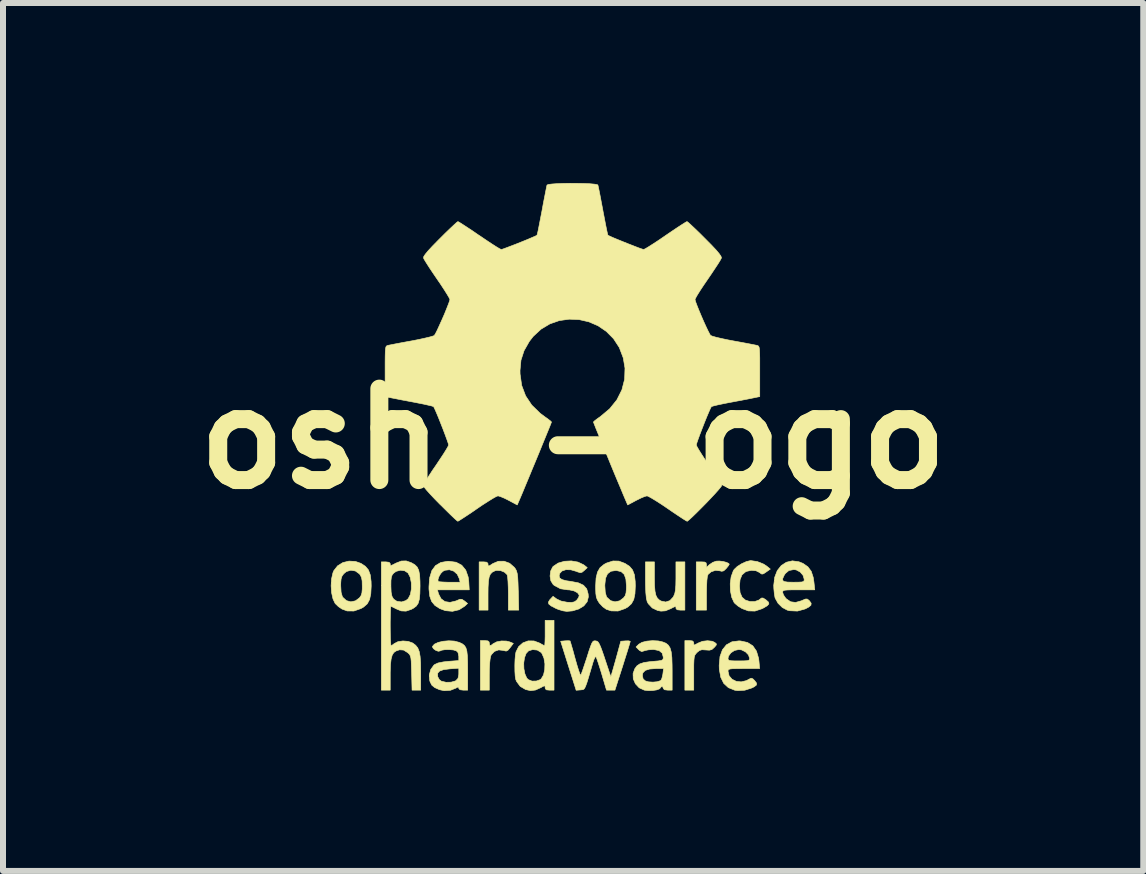
<source format=kicad_pcb>
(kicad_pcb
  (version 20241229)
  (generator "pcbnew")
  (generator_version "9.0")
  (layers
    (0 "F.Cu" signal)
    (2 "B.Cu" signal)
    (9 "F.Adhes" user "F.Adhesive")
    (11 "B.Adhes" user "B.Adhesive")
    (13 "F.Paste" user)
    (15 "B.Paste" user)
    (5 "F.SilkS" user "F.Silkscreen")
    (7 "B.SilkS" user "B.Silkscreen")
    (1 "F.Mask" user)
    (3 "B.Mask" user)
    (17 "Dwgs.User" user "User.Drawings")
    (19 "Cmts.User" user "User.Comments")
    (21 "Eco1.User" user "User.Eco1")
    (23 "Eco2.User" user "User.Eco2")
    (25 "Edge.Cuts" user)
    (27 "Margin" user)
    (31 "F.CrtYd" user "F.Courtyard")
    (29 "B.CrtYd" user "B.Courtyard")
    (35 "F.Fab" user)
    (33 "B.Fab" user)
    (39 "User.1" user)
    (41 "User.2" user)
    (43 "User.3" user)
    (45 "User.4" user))
  (footprint "oshw-logo"
    (layer "F.Cu")
    (at 6.502 4.262)
    (property "Reference" "oshw-logo" (at 0 0 0) (layer "F.SilkS") (effects (font (size 1.524 1.524) (thickness 0.3))))
    (attr through_hole)
    (fp_poly (pts (xy -1.42 3.37) (xy -1.399 3.389) (xy -1.397 3.408) (xy -1.39 3.444) (xy -1.367 3.444) (xy -1.332 3.417) (xy -1.274 3.386) (xy -1.194 3.371) (xy -1.111 3.373) (xy -1.059 3.386) (xy -0.996 3.412) (xy -1.049 3.482) (xy -1.086 3.526) (xy -1.116 3.54) (xy -1.154 3.532) (xy -1.162 3.529) (xy -1.24 3.52) (xy -1.311 3.545) (xy -1.363 3.6) (xy -1.374 3.625) (xy -1.383 3.671) (xy -1.391 3.749) (xy -1.396 3.847) (xy -1.397 3.94) (xy -1.397 4.191) (xy -1.545 4.191) (xy -1.545 3.365) (xy -1.471 3.365) (xy -1.42 3.37)) (stroke (width 0.01) (type solid)) (fill yes) (layer "F.SilkS"))
    (fp_poly (pts (xy 2.498 2.046) (xy 2.555 2.061) (xy 2.594 2.079) (xy 2.603 2.092) (xy 2.59 2.116) (xy 2.558 2.156) (xy 2.551 2.164) (xy 2.511 2.202) (xy 2.477 2.21) (xy 2.446 2.202) (xy 2.373 2.194) (xy 2.3 2.219) (xy 2.251 2.26) (xy 2.238 2.295) (xy 2.23 2.363) (xy 2.225 2.466) (xy 2.223 2.577) (xy 2.223 2.857) (xy 2.053 2.857) (xy 2.053 2.053) (xy 2.138 2.053) (xy 2.193 2.056) (xy 2.217 2.07) (xy 2.223 2.099) (xy 2.223 2.145) (xy 2.271 2.1) (xy 2.329 2.061) (xy 2.386 2.041) (xy 2.437 2.039) (xy 2.498 2.046)) (stroke (width 0.01) (type solid)) (fill yes) (layer "F.SilkS"))
    (fp_poly (pts (xy 1.988 3.37) (xy 2.008 3.389) (xy 2.011 3.408) (xy 2.013 3.434) (xy 2.025 3.438) (xy 2.059 3.42) (xy 2.08 3.408) (xy 2.156 3.377) (xy 2.241 3.367) (xy 2.32 3.376) (xy 2.361 3.396) (xy 2.387 3.418) (xy 2.387 3.438) (xy 2.36 3.471) (xy 2.352 3.479) (xy 2.313 3.514) (xy 2.271 3.525) (xy 2.211 3.521) (xy 2.148 3.517) (xy 2.105 3.53) (xy 2.065 3.563) (xy 2.044 3.587) (xy 2.028 3.611) (xy 2.019 3.644) (xy 2.014 3.694) (xy 2.011 3.769) (xy 2.011 3.877) (xy 2.011 3.904) (xy 2.011 4.191) (xy 1.863 4.191) (xy 1.863 3.365) (xy 1.937 3.365) (xy 1.988 3.37)) (stroke (width 0.01) (type solid)) (fill yes) (layer "F.SilkS"))
    (fp_poly (pts (xy -1.058 2.076) (xy -0.979 2.145) (xy -0.958 2.174) (xy -0.943 2.205) (xy -0.931 2.249) (xy -0.923 2.312) (xy -0.918 2.402) (xy -0.914 2.526) (xy -0.913 2.544) (xy -0.906 2.857) (xy -1.079 2.857) (xy -1.079 2.581) (xy -1.081 2.474) (xy -1.085 2.38) (xy -1.091 2.308) (xy -1.099 2.268) (xy -1.1 2.266) (xy -1.143 2.225) (xy -1.207 2.199) (xy -1.275 2.195) (xy -1.3 2.201) (xy -1.345 2.223) (xy -1.378 2.256) (xy -1.399 2.305) (xy -1.411 2.377) (xy -1.417 2.48) (xy -1.418 2.587) (xy -1.418 2.857) (xy -1.566 2.857) (xy -1.566 2.053) (xy -1.492 2.053) (xy -1.441 2.058) (xy -1.42 2.077) (xy -1.418 2.095) (xy -1.416 2.118) (xy -1.401 2.121) (xy -1.367 2.101) (xy -1.339 2.082) (xy -1.247 2.043) (xy -1.15 2.042) (xy -1.058 2.076)) (stroke (width 0.01) (type solid)) (fill yes) (layer "F.SilkS"))
    (fp_poly (pts (xy 1.355 2.312) (xy 1.357 2.445) (xy 1.365 2.542) (xy 1.38 2.61) (xy 1.404 2.657) (xy 1.439 2.69) (xy 1.467 2.706) (xy 1.544 2.722) (xy 1.613 2.699) (xy 1.669 2.639) (xy 1.677 2.623) (xy 1.695 2.579) (xy 1.706 2.522) (xy 1.712 2.442) (xy 1.714 2.331) (xy 1.714 2.302) (xy 1.714 2.053) (xy 1.863 2.053) (xy 1.863 2.857) (xy 1.789 2.857) (xy 1.734 2.851) (xy 1.715 2.829) (xy 1.714 2.826) (xy 1.714 2.804) (xy 1.704 2.797) (xy 1.677 2.807) (xy 1.622 2.835) (xy 1.619 2.836) (xy 1.538 2.869) (xy 1.464 2.874) (xy 1.408 2.863) (xy 1.32 2.821) (xy 1.253 2.75) (xy 1.235 2.716) (xy 1.221 2.659) (xy 1.212 2.566) (xy 1.207 2.434) (xy 1.206 2.35) (xy 1.206 2.053) (xy 1.355 2.053) (xy 1.355 2.312)) (stroke (width 0.01) (type solid)) (fill yes) (layer "F.SilkS"))
    (fp_poly (pts (xy 3.071 2.048) (xy 3.176 2.09) (xy 3.226 2.123) (xy 3.287 2.173) (xy 3.219 2.221) (xy 3.174 2.251) (xy 3.147 2.257) (xy 3.12 2.241) (xy 3.109 2.231) (xy 3.049 2.201) (xy 2.971 2.194) (xy 2.892 2.211) (xy 2.872 2.221) (xy 2.815 2.27) (xy 2.783 2.348) (xy 2.773 2.455) (xy 2.783 2.565) (xy 2.816 2.642) (xy 2.872 2.69) (xy 2.947 2.714) (xy 3.028 2.714) (xy 3.095 2.69) (xy 3.109 2.68) (xy 3.139 2.656) (xy 3.165 2.655) (xy 3.203 2.678) (xy 3.217 2.688) (xy 3.256 2.723) (xy 3.263 2.753) (xy 3.236 2.784) (xy 3.172 2.822) (xy 3.145 2.835) (xy 3.031 2.873) (xy 2.921 2.87) (xy 2.816 2.831) (xy 2.751 2.791) (xy 2.699 2.747) (xy 2.684 2.731) (xy 2.644 2.644) (xy 2.622 2.535) (xy 2.619 2.415) (xy 2.634 2.301) (xy 2.669 2.205) (xy 2.684 2.18) (xy 2.735 2.131) (xy 2.809 2.084) (xy 2.888 2.048) (xy 2.956 2.032) (xy 2.963 2.032) (xy 3.071 2.048)) (stroke (width 0.01) (type solid)) (fill yes) (layer "F.SilkS"))
    (fp_poly (pts (xy -3.627 2.046) (xy -3.536 2.078) (xy -3.462 2.127) (xy -3.411 2.188) (xy -3.381 2.269) (xy -3.367 2.378) (xy -3.365 2.455) (xy -3.372 2.584) (xy -3.392 2.68) (xy -3.43 2.751) (xy -3.491 2.805) (xy -3.536 2.831) (xy -3.653 2.872) (xy -3.766 2.871) (xy -3.852 2.839) (xy -3.912 2.798) (xy -3.962 2.75) (xy -3.966 2.746) (xy -4.002 2.67) (xy -4.025 2.567) (xy -4.033 2.452) (xy -3.873 2.452) (xy -3.867 2.559) (xy -3.847 2.629) (xy -3.839 2.643) (xy -3.778 2.699) (xy -3.704 2.719) (xy -3.627 2.702) (xy -3.561 2.653) (xy -3.535 2.617) (xy -3.52 2.572) (xy -3.514 2.506) (xy -3.514 2.455) (xy -3.516 2.371) (xy -3.526 2.315) (xy -3.546 2.274) (xy -3.562 2.253) (xy -3.628 2.205) (xy -3.704 2.192) (xy -3.778 2.214) (xy -3.823 2.251) (xy -3.852 2.291) (xy -3.867 2.338) (xy -3.873 2.405) (xy -3.873 2.452) (xy -4.033 2.452) (xy -4.033 2.452) (xy -4.026 2.337) (xy -4.003 2.236) (xy -3.987 2.198) (xy -3.925 2.119) (xy -3.838 2.065) (xy -3.735 2.04) (xy -3.627 2.046)) (stroke (width 0.01) (type solid)) (fill yes) (layer "F.SilkS"))
    (fp_poly (pts (xy -1.95 2.059) (xy -1.856 2.109) (xy -1.789 2.191) (xy -1.749 2.305) (xy -1.739 2.381) (xy -1.731 2.519) (xy -2.262 2.519) (xy -2.242 2.588) (xy -2.201 2.667) (xy -2.136 2.715) (xy -2.052 2.728) (xy -1.955 2.705) (xy -1.935 2.697) (xy -1.886 2.676) (xy -1.853 2.677) (xy -1.816 2.701) (xy -1.811 2.704) (xy -1.759 2.746) (xy -1.805 2.79) (xy -1.9 2.851) (xy -2.011 2.877) (xy -2.129 2.866) (xy -2.223 2.831) (xy -2.304 2.778) (xy -2.358 2.712) (xy -2.389 2.625) (xy -2.402 2.508) (xy -2.402 2.466) (xy -2.393 2.346) (xy -2.252 2.346) (xy -2.25 2.378) (xy -2.249 2.379) (xy -2.223 2.385) (xy -2.166 2.389) (xy -2.088 2.392) (xy -2.06 2.392) (xy -1.883 2.392) (xy -1.896 2.334) (xy -1.931 2.259) (xy -1.99 2.207) (xy -2.062 2.184) (xy -2.137 2.193) (xy -2.173 2.212) (xy -2.207 2.248) (xy -2.236 2.298) (xy -2.252 2.346) (xy -2.393 2.346) (xy -2.39 2.315) (xy -2.354 2.198) (xy -2.292 2.114) (xy -2.205 2.063) (xy -2.091 2.043) (xy -2.071 2.043) (xy -1.95 2.059)) (stroke (width 0.01) (type solid)) (fill yes) (layer "F.SilkS"))
    (fp_poly (pts (xy 0.762 2.04) (xy 0.866 2.079) (xy 0.867 2.08) (xy 0.941 2.128) (xy 0.991 2.188) (xy 1.022 2.269) (xy 1.035 2.378) (xy 1.037 2.455) (xy 1.031 2.584) (xy 1.011 2.68) (xy 0.972 2.751) (xy 0.912 2.805) (xy 0.867 2.831) (xy 0.749 2.872) (xy 0.635 2.87) (xy 0.553 2.843) (xy 0.496 2.802) (xy 0.441 2.744) (xy 0.429 2.727) (xy 0.403 2.683) (xy 0.387 2.638) (xy 0.379 2.58) (xy 0.376 2.498) (xy 0.376 2.457) (xy 0.376 2.452) (xy 0.529 2.452) (xy 0.536 2.559) (xy 0.555 2.629) (xy 0.563 2.643) (xy 0.625 2.699) (xy 0.699 2.719) (xy 0.776 2.702) (xy 0.841 2.653) (xy 0.868 2.617) (xy 0.882 2.572) (xy 0.888 2.506) (xy 0.889 2.455) (xy 0.88 2.341) (xy 0.852 2.262) (xy 0.801 2.216) (xy 0.727 2.198) (xy 0.709 2.197) (xy 0.629 2.21) (xy 0.574 2.252) (xy 0.541 2.325) (xy 0.529 2.434) (xy 0.529 2.452) (xy 0.376 2.452) (xy 0.383 2.323) (xy 0.407 2.223) (xy 0.45 2.149) (xy 0.516 2.095) (xy 0.559 2.072) (xy 0.665 2.038) (xy 0.762 2.04)) (stroke (width 0.01) (type solid)) (fill yes) (layer "F.SilkS"))
    (fp_poly (pts (xy -0.318 4.191) (xy -0.392 4.191) (xy -0.443 4.186) (xy -0.463 4.168) (xy -0.466 4.149) (xy -0.468 4.123) (xy -0.482 4.12) (xy -0.518 4.137) (xy -0.534 4.147) (xy -0.627 4.189) (xy -0.709 4.199) (xy -0.791 4.181) (xy -0.881 4.128) (xy -0.942 4.046) (xy -0.956 4.012) (xy -0.965 3.958) (xy -0.97 3.876) (xy -0.971 3.78) (xy -0.97 3.74) (xy -0.823 3.74) (xy -0.82 3.834) (xy -0.803 3.921) (xy -0.772 3.99) (xy -0.746 4.016) (xy -0.686 4.04) (xy -0.613 4.039) (xy -0.548 4.016) (xy -0.531 4.002) (xy -0.493 3.938) (xy -0.473 3.85) (xy -0.47 3.752) (xy -0.486 3.657) (xy -0.519 3.581) (xy -0.535 3.561) (xy -0.597 3.523) (xy -0.674 3.515) (xy -0.741 3.535) (xy -0.783 3.579) (xy -0.81 3.651) (xy -0.823 3.74) (xy -0.97 3.74) (xy -0.968 3.684) (xy -0.961 3.602) (xy -0.952 3.554) (xy -0.908 3.466) (xy -0.837 3.403) (xy -0.749 3.37) (xy -0.652 3.371) (xy -0.561 3.405) (xy -0.511 3.433) (xy -0.479 3.449) (xy -0.475 3.45) (xy -0.471 3.43) (xy -0.468 3.377) (xy -0.466 3.3) (xy -0.466 3.239) (xy -0.466 3.027) (xy -0.318 3.027) (xy -0.318 4.191)) (stroke (width 0.01) (type solid)) (fill yes) (layer "F.SilkS"))
    (fp_poly (pts (xy 2.79 3.371) (xy 2.906 3.396) (xy 2.995 3.452) (xy 3.056 3.54) (xy 3.092 3.661) (xy 3.098 3.709) (xy 3.109 3.831) (xy 2.846 3.831) (xy 2.736 3.832) (xy 2.662 3.833) (xy 2.617 3.838) (xy 2.593 3.846) (xy 2.584 3.859) (xy 2.582 3.875) (xy 2.6 3.952) (xy 2.649 4.009) (xy 2.719 4.044) (xy 2.802 4.053) (xy 2.889 4.032) (xy 2.933 4.008) (xy 2.967 3.992) (xy 2.996 4.002) (xy 3.025 4.031) (xy 3.057 4.073) (xy 3.056 4.105) (xy 3.018 4.135) (xy 2.98 4.154) (xy 2.862 4.192) (xy 2.745 4.199) (xy 2.694 4.192) (xy 2.588 4.149) (xy 2.511 4.078) (xy 2.461 3.976) (xy 2.437 3.843) (xy 2.435 3.776) (xy 2.446 3.661) (xy 2.582 3.661) (xy 2.585 3.682) (xy 2.6 3.695) (xy 2.635 3.701) (xy 2.699 3.704) (xy 2.762 3.704) (xy 2.85 3.703) (xy 2.903 3.7) (xy 2.931 3.691) (xy 2.941 3.676) (xy 2.942 3.661) (xy 2.923 3.603) (xy 2.874 3.553) (xy 2.808 3.52) (xy 2.762 3.514) (xy 2.691 3.529) (xy 2.63 3.569) (xy 2.59 3.624) (xy 2.582 3.661) (xy 2.446 3.661) (xy 2.448 3.632) (xy 2.489 3.518) (xy 2.556 3.435) (xy 2.648 3.385) (xy 2.763 3.37) (xy 2.79 3.371)) (stroke (width 0.01) (type solid)) (fill yes) (layer "F.SilkS"))
    (fp_poly (pts (xy 0.08 2.056) (xy 0.175 2.101) (xy 0.19 2.112) (xy 0.236 2.149) (xy 0.185 2.197) (xy 0.149 2.226) (xy 0.118 2.233) (xy 0.072 2.219) (xy 0.057 2.212) (xy -0.037 2.185) (xy -0.12 2.183) (xy -0.185 2.205) (xy -0.224 2.247) (xy -0.233 2.287) (xy -0.222 2.323) (xy -0.185 2.348) (xy -0.117 2.367) (xy -0.035 2.379) (xy 0.087 2.402) (xy 0.173 2.442) (xy 0.227 2.503) (xy 0.251 2.588) (xy 0.254 2.638) (xy 0.234 2.718) (xy 0.179 2.786) (xy 0.095 2.838) (xy -0.011 2.87) (xy -0.106 2.878) (xy -0.168 2.869) (xy -0.245 2.846) (xy -0.288 2.828) (xy -0.365 2.788) (xy -0.405 2.756) (xy -0.412 2.725) (xy -0.391 2.688) (xy -0.381 2.677) (xy -0.334 2.627) (xy -0.273 2.672) (xy -0.201 2.706) (xy -0.104 2.725) (xy -0.098 2.726) (xy -0.026 2.729) (xy 0.019 2.72) (xy 0.054 2.697) (xy 0.062 2.689) (xy 0.093 2.646) (xy 0.102 2.608) (xy 0.074 2.568) (xy 0.016 2.537) (xy -0.061 2.52) (xy -0.089 2.519) (xy -0.21 2.501) (xy -0.312 2.447) (xy -0.333 2.429) (xy -0.371 2.368) (xy -0.384 2.289) (xy -0.374 2.206) (xy -0.34 2.138) (xy -0.331 2.128) (xy -0.249 2.073) (xy -0.144 2.043) (xy -0.031 2.037) (xy 0.08 2.056)) (stroke (width 0.01) (type solid)) (fill yes) (layer "F.SilkS"))
    (fp_poly (pts (xy 3.763 2.051) (xy 3.831 2.078) (xy 3.913 2.135) (xy 3.969 2.21) (xy 4.002 2.311) (xy 4.014 2.388) (xy 4.028 2.519) (xy 3.76 2.519) (xy 3.65 2.519) (xy 3.575 2.521) (xy 3.528 2.525) (xy 3.504 2.533) (xy 3.494 2.546) (xy 3.493 2.563) (xy 3.507 2.605) (xy 3.542 2.656) (xy 3.554 2.669) (xy 3.626 2.718) (xy 3.708 2.729) (xy 3.804 2.702) (xy 3.82 2.695) (xy 3.871 2.673) (xy 3.901 2.672) (xy 3.929 2.692) (xy 3.94 2.703) (xy 3.968 2.742) (xy 3.964 2.776) (xy 3.923 2.809) (xy 3.866 2.838) (xy 3.739 2.873) (xy 3.608 2.867) (xy 3.569 2.857) (xy 3.487 2.813) (xy 3.416 2.743) (xy 3.369 2.659) (xy 3.365 2.647) (xy 3.354 2.583) (xy 3.346 2.499) (xy 3.344 2.444) (xy 3.354 2.362) (xy 3.493 2.362) (xy 3.518 2.381) (xy 3.575 2.39) (xy 3.669 2.392) (xy 3.672 2.392) (xy 3.76 2.391) (xy 3.813 2.388) (xy 3.84 2.38) (xy 3.851 2.364) (xy 3.852 2.342) (xy 3.833 2.278) (xy 3.785 2.222) (xy 3.72 2.187) (xy 3.679 2.181) (xy 3.597 2.197) (xy 3.538 2.246) (xy 3.517 2.279) (xy 3.494 2.33) (xy 3.493 2.362) (xy 3.354 2.362) (xy 3.36 2.31) (xy 3.403 2.199) (xy 3.47 2.114) (xy 3.555 2.059) (xy 3.655 2.036) (xy 3.763 2.051)) (stroke (width 0.01) (type solid)) (fill yes) (layer "F.SilkS"))
    (fp_poly (pts (xy -1.98 3.373) (xy -1.9 3.394) (xy -1.897 3.395) (xy -1.848 3.418) (xy -1.812 3.446) (xy -1.787 3.484) (xy -1.771 3.539) (xy -1.762 3.618) (xy -1.758 3.727) (xy -1.757 3.857) (xy -1.757 4.191) (xy -1.831 4.191) (xy -1.885 4.184) (xy -1.905 4.163) (xy -1.905 4.159) (xy -1.91 4.138) (xy -1.931 4.144) (xy -1.953 4.157) (xy -2.044 4.193) (xy -2.149 4.2) (xy -2.228 4.183) (xy -2.306 4.148) (xy -2.354 4.109) (xy -2.383 4.053) (xy -2.39 4.028) (xy -2.396 3.956) (xy -2.259 3.956) (xy -2.256 3.968) (xy -2.229 4.017) (xy -2.195 4.042) (xy -2.117 4.06) (xy -2.033 4.058) (xy -1.963 4.038) (xy -1.952 4.031) (xy -1.918 3.994) (xy -1.906 3.936) (xy -1.905 3.912) (xy -1.905 3.825) (xy -2.055 3.836) (xy -2.158 3.849) (xy -2.224 3.872) (xy -2.256 3.906) (xy -2.259 3.956) (xy -2.396 3.956) (xy -2.397 3.936) (xy -2.372 3.846) (xy -2.32 3.774) (xy -2.307 3.764) (xy -2.251 3.738) (xy -2.161 3.72) (xy -2.08 3.711) (xy -1.905 3.698) (xy -1.905 3.628) (xy -1.918 3.564) (xy -1.946 3.536) (xy -1.995 3.521) (xy -2.063 3.515) (xy -2.134 3.516) (xy -2.191 3.525) (xy -2.216 3.537) (xy -2.247 3.543) (xy -2.29 3.527) (xy -2.328 3.499) (xy -2.345 3.469) (xy -2.344 3.463) (xy -2.312 3.425) (xy -2.248 3.395) (xy -2.165 3.376) (xy -2.072 3.368) (xy -1.98 3.373)) (stroke (width 0.01) (type solid)) (fill yes) (layer "F.SilkS"))
    (fp_poly (pts (xy 1.421 3.371) (xy 1.492 3.387) (xy 1.547 3.409) (xy 1.587 3.441) (xy 1.616 3.487) (xy 1.635 3.553) (xy 1.646 3.646) (xy 1.65 3.771) (xy 1.651 3.868) (xy 1.651 4.191) (xy 1.577 4.191) (xy 1.522 4.184) (xy 1.503 4.162) (xy 1.503 4.159) (xy 1.491 4.131) (xy 1.482 4.128) (xy 1.461 4.143) (xy 1.46 4.147) (xy 1.441 4.169) (xy 1.392 4.187) (xy 1.325 4.197) (xy 1.253 4.199) (xy 1.188 4.191) (xy 1.102 4.152) (xy 1.039 4.085) (xy 1.003 4.003) (xy 1.001 3.948) (xy 1.154 3.948) (xy 1.168 4.005) (xy 1.206 4.038) (xy 1.26 4.053) (xy 1.331 4.057) (xy 1.401 4.051) (xy 1.453 4.034) (xy 1.464 4.027) (xy 1.48 3.994) (xy 1.494 3.937) (xy 1.497 3.918) (xy 1.508 3.831) (xy 1.384 3.831) (xy 1.274 3.839) (xy 1.202 3.862) (xy 1.163 3.903) (xy 1.154 3.948) (xy 1.001 3.948) (xy 1 3.913) (xy 1.028 3.835) (xy 1.064 3.786) (xy 1.113 3.753) (xy 1.183 3.73) (xy 1.282 3.716) (xy 1.336 3.711) (xy 1.419 3.704) (xy 1.469 3.696) (xy 1.494 3.684) (xy 1.502 3.664) (xy 1.503 3.641) (xy 1.485 3.574) (xy 1.434 3.532) (xy 1.348 3.514) (xy 1.325 3.514) (xy 1.255 3.519) (xy 1.197 3.531) (xy 1.181 3.537) (xy 1.143 3.548) (xy 1.107 3.529) (xy 1.093 3.516) (xy 1.049 3.471) (xy 1.096 3.425) (xy 1.149 3.394) (xy 1.23 3.374) (xy 1.325 3.366) (xy 1.421 3.371)) (stroke (width 0.01) (type solid)) (fill yes) (layer "F.SilkS"))
    (fp_poly (pts (xy -0.053 3.37) (xy -0.051 3.37) (xy -0.043 3.393) (xy -0.027 3.448) (xy -0.003 3.53) (xy 0.024 3.629) (xy 0.035 3.669) (xy 0.064 3.771) (xy 0.09 3.855) (xy 0.111 3.914) (xy 0.124 3.942) (xy 0.127 3.943) (xy 0.138 3.918) (xy 0.159 3.86) (xy 0.187 3.777) (xy 0.22 3.678) (xy 0.231 3.645) (xy 0.266 3.533) (xy 0.293 3.456) (xy 0.313 3.407) (xy 0.331 3.38) (xy 0.348 3.37) (xy 0.369 3.369) (xy 0.375 3.37) (xy 0.398 3.375) (xy 0.417 3.389) (xy 0.436 3.419) (xy 0.459 3.47) (xy 0.488 3.548) (xy 0.526 3.659) (xy 0.53 3.672) (xy 0.629 3.969) (xy 0.663 3.852) (xy 0.685 3.775) (xy 0.713 3.676) (xy 0.741 3.574) (xy 0.746 3.556) (xy 0.795 3.376) (xy 0.874 3.37) (xy 0.924 3.369) (xy 0.951 3.376) (xy 0.953 3.379) (xy 0.946 3.403) (xy 0.929 3.461) (xy 0.903 3.546) (xy 0.869 3.653) (xy 0.831 3.774) (xy 0.825 3.793) (xy 0.697 4.191) (xy 0.557 4.191) (xy 0.477 3.921) (xy 0.446 3.82) (xy 0.418 3.733) (xy 0.396 3.669) (xy 0.382 3.635) (xy 0.38 3.633) (xy 0.366 3.642) (xy 0.347 3.682) (xy 0.331 3.729) (xy 0.288 3.875) (xy 0.255 3.986) (xy 0.23 4.067) (xy 0.21 4.121) (xy 0.194 4.156) (xy 0.179 4.175) (xy 0.162 4.183) (xy 0.142 4.185) (xy 0.124 4.187) (xy 0.051 4.193) (xy -0.078 3.785) (xy -0.207 3.376) (xy -0.133 3.369) (xy -0.082 3.367) (xy -0.053 3.37)) (stroke (width 0.01) (type solid)) (fill yes) (layer "F.SilkS"))
    (fp_poly (pts (xy -2.698 2.066) (xy -2.64 2.099) (xy -2.599 2.139) (xy -2.573 2.193) (xy -2.558 2.27) (xy -2.552 2.377) (xy -2.551 2.455) (xy -2.554 2.583) (xy -2.563 2.676) (xy -2.582 2.743) (xy -2.614 2.79) (xy -2.662 2.826) (xy -2.698 2.845) (xy -2.785 2.874) (xy -2.866 2.87) (xy -2.948 2.836) (xy -2.999 2.81) (xy -3.032 2.795) (xy -3.037 2.794) (xy -3.041 2.814) (xy -3.044 2.869) (xy -3.046 2.952) (xy -3.048 3.056) (xy -3.048 3.122) (xy -3.047 3.235) (xy -3.045 3.33) (xy -3.041 3.402) (xy -3.037 3.443) (xy -3.034 3.45) (xy -3.009 3.437) (xy -2.981 3.415) (xy -2.919 3.383) (xy -2.836 3.371) (xy -2.749 3.378) (xy -2.674 3.405) (xy -2.671 3.407) (xy -2.624 3.443) (xy -2.589 3.487) (xy -2.565 3.547) (xy -2.55 3.628) (xy -2.542 3.737) (xy -2.54 3.881) (xy -2.54 3.894) (xy -2.54 4.191) (xy -2.684 4.191) (xy -2.691 3.903) (xy -2.695 3.788) (xy -2.698 3.707) (xy -2.704 3.653) (xy -2.714 3.618) (xy -2.728 3.593) (xy -2.75 3.572) (xy -2.758 3.565) (xy -2.825 3.523) (xy -2.892 3.518) (xy -2.951 3.538) (xy -2.988 3.564) (xy -3.015 3.607) (xy -3.033 3.672) (xy -3.044 3.766) (xy -3.048 3.895) (xy -3.048 3.94) (xy -3.048 4.191) (xy -3.196 4.191) (xy -3.196 2.453) (xy -3.037 2.453) (xy -3.033 2.557) (xy -3.019 2.627) (xy -2.991 2.674) (xy -2.945 2.705) (xy -2.932 2.711) (xy -2.859 2.721) (xy -2.787 2.698) (xy -2.748 2.666) (xy -2.712 2.596) (xy -2.695 2.504) (xy -2.696 2.403) (xy -2.715 2.309) (xy -2.751 2.239) (xy -2.806 2.202) (xy -2.877 2.192) (xy -2.949 2.211) (xy -2.99 2.24) (xy -3.015 2.27) (xy -3.029 2.308) (xy -3.036 2.364) (xy -3.037 2.45) (xy -3.037 2.453) (xy -3.196 2.453) (xy -3.196 2.053) (xy -3.122 2.053) (xy -3.067 2.06) (xy -3.048 2.082) (xy -3.048 2.085) (xy -3.047 2.107) (xy -3.038 2.114) (xy -3.011 2.104) (xy -2.956 2.076) (xy -2.953 2.074) (xy -2.862 2.039) (xy -2.782 2.037) (xy -2.698 2.066)) (stroke (width 0.01) (type solid)) (fill yes) (layer "F.SilkS"))
    (fp_poly (pts (xy 0.066 -4.256) (xy 0.177 -4.254) (xy 0.275 -4.25) (xy 0.353 -4.243) (xy 0.401 -4.235) (xy 0.413 -4.228) (xy 0.42 -4.2) (xy 0.433 -4.137) (xy 0.451 -4.046) (xy 0.472 -3.934) (xy 0.496 -3.809) (xy 0.497 -3.801) (xy 0.521 -3.677) (xy 0.542 -3.567) (xy 0.56 -3.478) (xy 0.573 -3.418) (xy 0.58 -3.392) (xy 0.581 -3.392) (xy 0.605 -3.379) (xy 0.66 -3.354) (xy 0.737 -3.322) (xy 0.828 -3.285) (xy 0.923 -3.247) (xy 1.015 -3.211) (xy 1.093 -3.181) (xy 1.15 -3.161) (xy 1.176 -3.154) (xy 1.201 -3.165) (xy 1.255 -3.197) (xy 1.332 -3.246) (xy 1.427 -3.308) (xy 1.532 -3.38) (xy 1.542 -3.387) (xy 1.648 -3.459) (xy 1.742 -3.522) (xy 1.819 -3.572) (xy 1.873 -3.606) (xy 1.898 -3.619) (xy 1.899 -3.619) (xy 1.919 -3.605) (xy 1.963 -3.565) (xy 2.027 -3.505) (xy 2.107 -3.428) (xy 2.196 -3.339) (xy 2.199 -3.336) (xy 2.306 -3.228) (xy 2.384 -3.145) (xy 2.435 -3.084) (xy 2.464 -3.042) (xy 2.473 -3.016) (xy 2.472 -3.012) (xy 2.457 -2.982) (xy 2.422 -2.924) (xy 2.37 -2.845) (xy 2.307 -2.75) (xy 2.247 -2.662) (xy 2.177 -2.56) (xy 2.117 -2.469) (xy 2.07 -2.394) (xy 2.041 -2.342) (xy 2.032 -2.32) (xy 2.04 -2.288) (xy 2.063 -2.226) (xy 2.096 -2.143) (xy 2.135 -2.05) (xy 2.177 -1.953) (xy 2.218 -1.863) (xy 2.254 -1.788) (xy 2.281 -1.737) (xy 2.292 -1.721) (xy 2.32 -1.709) (xy 2.383 -1.691) (xy 2.473 -1.67) (xy 2.582 -1.647) (xy 2.667 -1.631) (xy 2.787 -1.609) (xy 2.895 -1.589) (xy 2.983 -1.572) (xy 3.043 -1.56) (xy 3.064 -1.556) (xy 3.08 -1.551) (xy 3.092 -1.541) (xy 3.101 -1.521) (xy 3.106 -1.486) (xy 3.109 -1.428) (xy 3.111 -1.344) (xy 3.111 -1.227) (xy 3.111 -1.123) (xy 3.111 -0.702) (xy 3 -0.679) (xy 2.937 -0.666) (xy 2.844 -0.648) (xy 2.733 -0.627) (xy 2.617 -0.605) (xy 2.604 -0.603) (xy 2.499 -0.582) (xy 2.409 -0.563) (xy 2.343 -0.547) (xy 2.307 -0.536) (xy 2.304 -0.534) (xy 2.29 -0.507) (xy 2.264 -0.449) (xy 2.23 -0.369) (xy 2.192 -0.275) (xy 2.153 -0.175) (xy 2.116 -0.079) (xy 2.085 0.005) (xy 2.063 0.069) (xy 2.054 0.103) (xy 2.054 0.105) (xy 2.065 0.132) (xy 2.097 0.188) (xy 2.146 0.266) (xy 2.207 0.359) (xy 2.265 0.444) (xy 2.334 0.545) (xy 2.393 0.636) (xy 2.44 0.71) (xy 2.468 0.761) (xy 2.477 0.782) (xy 2.462 0.805) (xy 2.423 0.852) (xy 2.366 0.916) (xy 2.295 0.992) (xy 2.216 1.075) (xy 2.135 1.157) (xy 2.058 1.234) (xy 1.99 1.3) (xy 1.938 1.348) (xy 1.906 1.374) (xy 1.9 1.376) (xy 1.878 1.364) (xy 1.828 1.333) (xy 1.754 1.284) (xy 1.664 1.224) (xy 1.577 1.164) (xy 1.475 1.095) (xy 1.383 1.036) (xy 1.307 0.99) (xy 1.254 0.961) (xy 1.232 0.953) (xy 1.196 0.962) (xy 1.135 0.987) (xy 1.062 1.023) (xy 1.052 1.028) (xy 0.91 1.104) (xy 0.866 1.002) (xy 0.835 0.929) (xy 0.795 0.832) (xy 0.746 0.716) (xy 0.692 0.587) (xy 0.635 0.449) (xy 0.578 0.309) (xy 0.521 0.172) (xy 0.469 0.044) (xy 0.422 -0.07) (xy 0.383 -0.165) (xy 0.356 -0.234) (xy 0.341 -0.272) (xy 0.339 -0.278) (xy 0.355 -0.295) (xy 0.397 -0.328) (xy 0.455 -0.369) (xy 0.61 -0.499) (xy 0.73 -0.648) (xy 0.813 -0.813) (xy 0.859 -0.991) (xy 0.865 -1.176) (xy 0.836 -1.347) (xy 0.77 -1.52) (xy 0.674 -1.667) (xy 0.554 -1.788) (xy 0.416 -1.882) (xy 0.263 -1.948) (xy 0.101 -1.985) (xy -0.064 -1.992) (xy -0.229 -1.969) (xy -0.387 -1.914) (xy -0.534 -1.826) (xy -0.665 -1.705) (xy -0.73 -1.621) (xy -0.818 -1.466) (xy -0.869 -1.309) (xy -0.885 -1.137) (xy -0.884 -1.079) (xy -0.857 -0.888) (xy -0.792 -0.715) (xy -0.689 -0.56) (xy -0.548 -0.423) (xy -0.476 -0.369) (xy -0.417 -0.327) (xy -0.375 -0.294) (xy -0.36 -0.278) (xy -0.368 -0.257) (xy -0.389 -0.203) (xy -0.423 -0.12) (xy -0.466 -0.015) (xy -0.516 0.107) (xy -0.57 0.24) (xy -0.628 0.38) (xy -0.686 0.519) (xy -0.741 0.653) (xy -0.793 0.777) (xy -0.837 0.884) (xy -0.873 0.969) (xy -0.887 1.002) (xy -0.931 1.104) (xy -1.073 1.028) (xy -1.147 0.991) (xy -1.21 0.965) (xy -1.25 0.953) (xy -1.253 0.953) (xy -1.282 0.964) (xy -1.339 0.996) (xy -1.418 1.045) (xy -1.513 1.106) (xy -1.598 1.164) (xy -1.698 1.233) (xy -1.787 1.292) (xy -1.858 1.338) (xy -1.904 1.367) (xy -1.921 1.376) (xy -1.941 1.362) (xy -1.985 1.322) (xy -2.049 1.261) (xy -2.127 1.184) (xy -2.216 1.096) (xy -2.218 1.095) (xy -2.306 1.005) (xy -2.383 0.923) (xy -2.444 0.855) (xy -2.483 0.806) (xy -2.498 0.782) (xy -2.486 0.755) (xy -2.454 0.699) (xy -2.405 0.622) (xy -2.344 0.528) (xy -2.286 0.444) (xy -2.218 0.342) (xy -2.158 0.251) (xy -2.112 0.177) (xy -2.083 0.126) (xy -2.075 0.105) (xy -2.082 0.075) (xy -2.103 0.015) (xy -2.133 -0.067) (xy -2.169 -0.162) (xy -2.208 -0.261) (xy -2.246 -0.357) (xy -2.281 -0.44) (xy -2.308 -0.501) (xy -2.324 -0.533) (xy -2.326 -0.534) (xy -2.351 -0.544) (xy -2.41 -0.558) (xy -2.494 -0.577) (xy -2.596 -0.597) (xy -2.625 -0.603) (xy -2.742 -0.625) (xy -2.854 -0.646) (xy -2.949 -0.665) (xy -3.016 -0.678) (xy -3.022 -0.679) (xy -3.133 -0.702) (xy -3.133 -1.123) (xy -3.133 -1.266) (xy -3.132 -1.373) (xy -3.13 -1.449) (xy -3.126 -1.499) (xy -3.12 -1.529) (xy -3.11 -1.545) (xy -3.097 -1.552) (xy -3.085 -1.556) (xy -3.049 -1.563) (xy -2.979 -1.577) (xy -2.884 -1.595) (xy -2.771 -1.616) (xy -2.688 -1.631) (xy -2.57 -1.654) (xy -2.466 -1.677) (xy -2.383 -1.697) (xy -2.329 -1.713) (xy -2.313 -1.721) (xy -2.294 -1.751) (xy -2.264 -1.81) (xy -2.227 -1.891) (xy -2.185 -1.984) (xy -2.143 -2.08) (xy -2.106 -2.172) (xy -2.076 -2.248) (xy -2.057 -2.302) (xy -2.053 -2.32) (xy -2.065 -2.347) (xy -2.097 -2.402) (xy -2.146 -2.48) (xy -2.207 -2.573) (xy -2.268 -2.662) (xy -2.338 -2.765) (xy -2.4 -2.858) (xy -2.449 -2.935) (xy -2.482 -2.989) (xy -2.493 -3.012) (xy -2.489 -3.036) (xy -2.464 -3.074) (xy -2.417 -3.131) (xy -2.345 -3.209) (xy -2.244 -3.312) (xy -2.22 -3.336) (xy -2.131 -3.425) (xy -2.051 -3.502) (xy -1.986 -3.563) (xy -1.941 -3.604) (xy -1.92 -3.619) (xy -1.92 -3.619) (xy -1.898 -3.608) (xy -1.847 -3.576) (xy -1.772 -3.527) (xy -1.679 -3.466) (xy -1.575 -3.394) (xy -1.563 -3.387) (xy -1.457 -3.315) (xy -1.361 -3.251) (xy -1.283 -3.201) (xy -1.226 -3.167) (xy -1.198 -3.154) (xy -1.197 -3.154) (xy -1.17 -3.161) (xy -1.113 -3.182) (xy -1.034 -3.212) (xy -0.943 -3.247) (xy -0.848 -3.285) (xy -0.757 -3.322) (xy -0.68 -3.355) (xy -0.625 -3.379) (xy -0.602 -3.392) (xy -0.595 -3.415) (xy -0.582 -3.472) (xy -0.565 -3.559) (xy -0.544 -3.667) (xy -0.52 -3.791) (xy -0.518 -3.801) (xy -0.495 -3.928) (xy -0.473 -4.04) (xy -0.455 -4.132) (xy -0.442 -4.197) (xy -0.435 -4.227) (xy -0.434 -4.228) (xy -0.411 -4.238) (xy -0.352 -4.245) (xy -0.268 -4.251) (xy -0.165 -4.255) (xy -0.051 -4.257) (xy 0.066 -4.256)) (stroke (width 0.01) (type solid)) (fill yes) (layer "F.SilkS")))
  (gr_rect
    (start -3 -3)
    (end 16.005 11.466)
    (stroke (width 0.1) (type default))
    (fill no)
    (layer "Edge.Cuts")))
</source>
